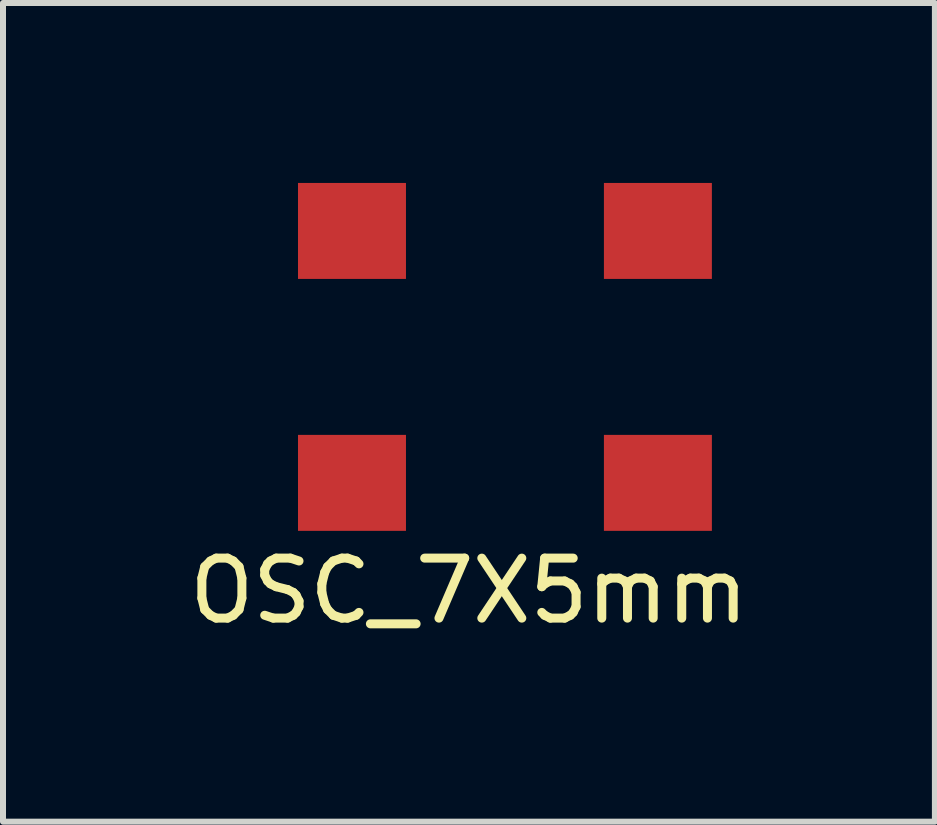
<source format=kicad_pcb>
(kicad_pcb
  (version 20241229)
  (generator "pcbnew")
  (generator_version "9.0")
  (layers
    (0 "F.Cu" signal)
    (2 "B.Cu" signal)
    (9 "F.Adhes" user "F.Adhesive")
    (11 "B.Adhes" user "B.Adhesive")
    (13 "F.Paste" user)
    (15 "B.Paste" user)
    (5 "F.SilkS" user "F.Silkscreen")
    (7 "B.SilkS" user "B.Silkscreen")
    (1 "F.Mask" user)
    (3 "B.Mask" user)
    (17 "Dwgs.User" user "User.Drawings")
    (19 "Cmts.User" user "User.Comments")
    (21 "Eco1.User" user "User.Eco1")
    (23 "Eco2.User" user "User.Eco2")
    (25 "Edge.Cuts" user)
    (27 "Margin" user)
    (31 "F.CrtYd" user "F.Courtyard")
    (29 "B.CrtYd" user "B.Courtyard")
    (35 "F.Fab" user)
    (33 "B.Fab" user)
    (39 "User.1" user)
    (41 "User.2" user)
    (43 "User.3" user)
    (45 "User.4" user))
  (footprint "OSC_7X5mm"
    (layer "F.Cu")
    (at 5.368 2.9)
    (property "Reference" "OSC_7X5mm" (at -0.6 3.9 0) (layer "F.SilkS") (effects (font (size 1 1) (thickness 0.15))))
    (attr through_hole)
    (pad "1" smd rect (at 2.55 -2.1) (size 1.8 1.6) (layers "F.Cu" "F.Mask" "F.Paste"))
    (pad "2" smd rect (at 2.55 2.1) (size 1.8 1.6) (layers "F.Cu" "F.Mask" "F.Paste"))
    (pad "3" smd rect (at -2.55 2.1) (size 1.8 1.6) (layers "F.Cu" "F.Mask" "F.Paste"))
    (pad "4" smd rect (at -2.55 -2.1) (size 1.8 1.6) (layers "F.Cu" "F.Mask" "F.Paste")))
  (gr_rect
    (start -3 -3)
    (end 12.536 10.648)
    (stroke (width 0.1) (type default))
    (fill no)
    (layer "Edge.Cuts")))
</source>
